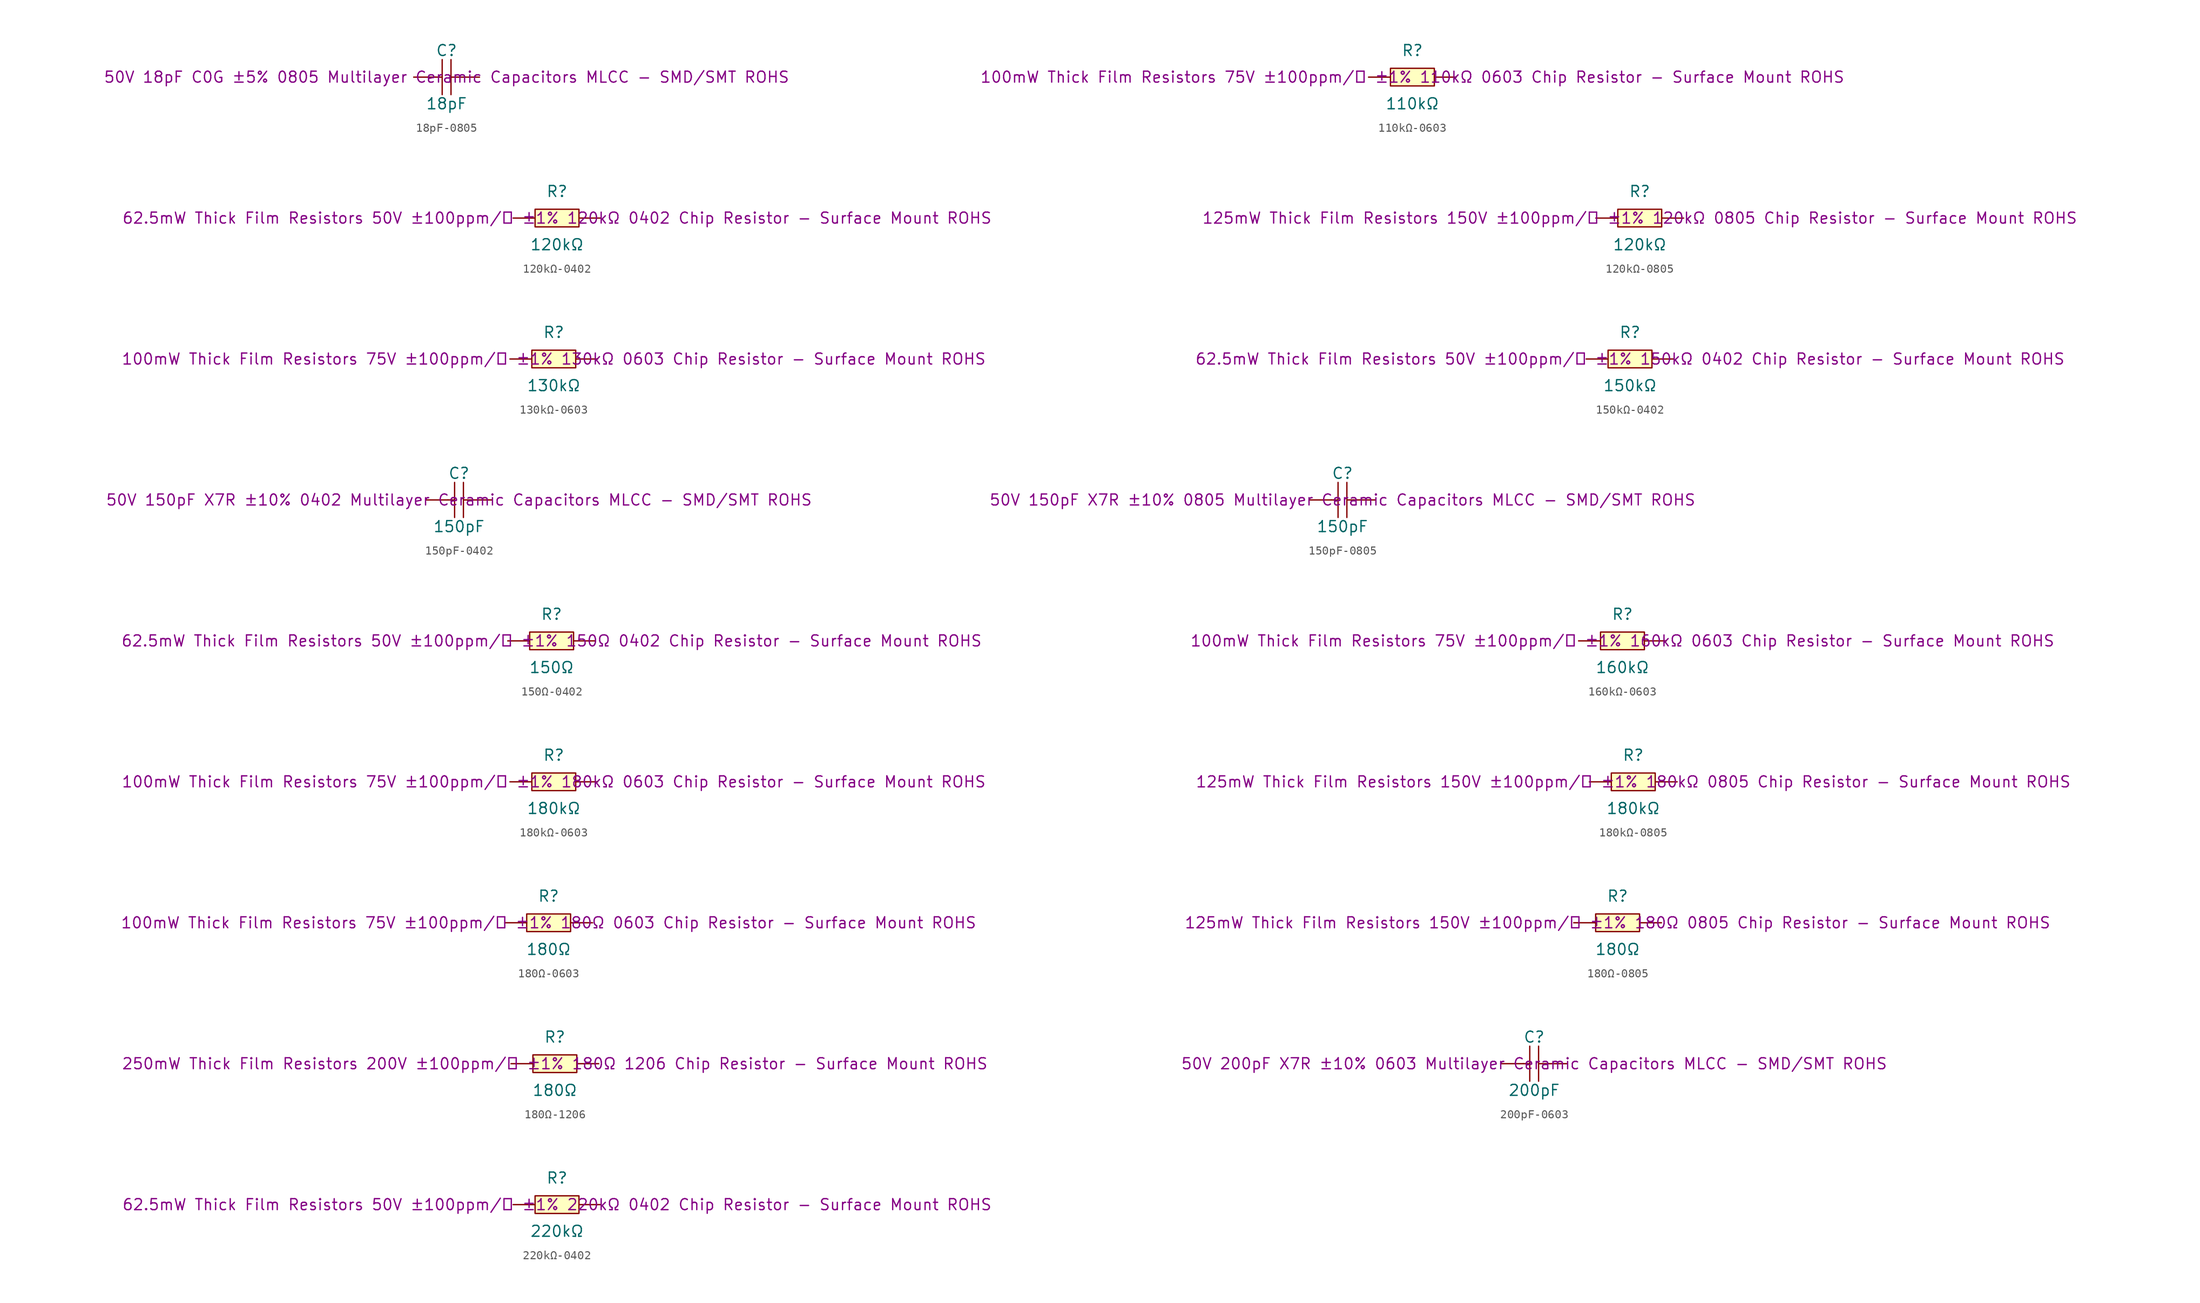
<source format=kicad_sym>
(kicad_symbol_lib
  (version 20241209)
  (generator "kicad_symbol_editor")
  (generator_version "9.0")
  (symbol "18pF-0805"
    (pin_numbers
      (hide yes))
    (pin_names
      (hide yes))
    (property "Reference" "C"
      (at 0 3.08 0)
      (effects (font (size 1.27 1.27))))
    (property "Value" "18pF"
      (at 0 -3.08 0)
      (effects (font (size 1.27 1.27))))
    (property "Description" "50V 18pF C0G ±5% 0805 Multilayer Ceramic Capacitors MLCC - SMD/SMT ROHS"
      (at 0 0 0)
      (effects (font (size 1.27 1.27))))
    (symbol "18pF-0805_0_1"
      (polyline (pts (xy -1.27 0) (xy -0.51 0)) (stroke (width 0) (type default)) (fill (type none)))
      (polyline (pts (xy -0.51 2.03) (xy -0.51 -2.03)) (stroke (width 0) (type default)) (fill (type none)))
      (polyline (pts (xy 0.51 2.03) (xy 0.51 -2.03)) (stroke (width 0) (type default)) (fill (type none)))
      (polyline (pts (xy 0.51 0) (xy 1.27 0)) (stroke (width 0) (type default)) (fill (type none)))
      (pin input line (at -3.81 0 0) (length 2.54) (name "1" (effects (font (size 1.27 1.27)))) (number "1" (effects (font (size 1.27 1.27)))))
      (pin input line (at 3.81 0 180) (length 2.54) (name "2" (effects (font (size 1.27 1.27)))) (number "2" (effects (font (size 1.27 1.27)))))))
  (symbol "110kΩ-0603"
    (pin_numbers
      (hide yes))
    (pin_names
      (hide yes))
    (property "Reference" "R"
      (at 0 3.08 0)
      (effects (font (size 1.27 1.27))))
    (property "Value" "110kΩ"
      (at 0 -3.08 0)
      (effects (font (size 1.27 1.27))))
    (property "Description" "100mW Thick Film Resistors 75V ±100ppm/℃ ±1% 110kΩ 0603 Chip Resistor - Surface Mount ROHS"
      (at 0 0 0)
      (effects (font (size 1.27 1.27))))
    (symbol "110kΩ-0603_0_1"
      (rectangle (start -2.54 1.02) (end 2.54 -1.02) (stroke (width 0) (type default)) (fill (type background)))
      (pin input line (at -5.08 0 0) (length 2.54) (name "1" (effects (font (size 1.27 1.27)))) (number "1" (effects (font (size 1.27 1.27)))))
      (pin input line (at 5.08 0 180) (length 2.54) (name "2" (effects (font (size 1.27 1.27)))) (number "2" (effects (font (size 1.27 1.27)))))))
  (symbol "120kΩ-0402"
    (pin_numbers
      (hide yes))
    (pin_names
      (hide yes))
    (property "Reference" "R"
      (at 0 3.08 0)
      (effects (font (size 1.27 1.27))))
    (property "Value" "120kΩ"
      (at 0 -3.08 0)
      (effects (font (size 1.27 1.27))))
    (property "Description" "62.5mW Thick Film Resistors 50V ±100ppm/℃ ±1% 120kΩ 0402 Chip Resistor - Surface Mount ROHS"
      (at 0 0 0)
      (effects (font (size 1.27 1.27))))
    (symbol "120kΩ-0402_0_1"
      (rectangle (start -2.54 1.02) (end 2.54 -1.02) (stroke (width 0) (type default)) (fill (type background)))
      (pin input line (at -5.08 0 0) (length 2.54) (name "1" (effects (font (size 1.27 1.27)))) (number "1" (effects (font (size 1.27 1.27)))))
      (pin input line (at 5.08 0 180) (length 2.54) (name "2" (effects (font (size 1.27 1.27)))) (number "2" (effects (font (size 1.27 1.27)))))))
  (symbol "120kΩ-0805"
    (pin_numbers
      (hide yes))
    (pin_names
      (hide yes))
    (property "Reference" "R"
      (at 0 3.08 0)
      (effects (font (size 1.27 1.27))))
    (property "Value" "120kΩ"
      (at 0 -3.08 0)
      (effects (font (size 1.27 1.27))))
    (property "Description" "125mW Thick Film Resistors 150V ±100ppm/℃ ±1% 120kΩ 0805 Chip Resistor - Surface Mount ROHS"
      (at 0 0 0)
      (effects (font (size 1.27 1.27))))
    (symbol "120kΩ-0805_0_1"
      (rectangle (start -2.54 1.02) (end 2.54 -1.02) (stroke (width 0) (type default)) (fill (type background)))
      (pin input line (at -5.08 0 0) (length 2.54) (name "1" (effects (font (size 1.27 1.27)))) (number "1" (effects (font (size 1.27 1.27)))))
      (pin input line (at 5.08 0 180) (length 2.54) (name "2" (effects (font (size 1.27 1.27)))) (number "2" (effects (font (size 1.27 1.27)))))))
  (symbol "130kΩ-0603"
    (pin_numbers
      (hide yes))
    (pin_names
      (hide yes))
    (property "Reference" "R"
      (at 0 3.08 0)
      (effects (font (size 1.27 1.27))))
    (property "Value" "130kΩ"
      (at 0 -3.08 0)
      (effects (font (size 1.27 1.27))))
    (property "Description" "100mW Thick Film Resistors 75V ±100ppm/℃ ±1% 130kΩ 0603 Chip Resistor - Surface Mount ROHS"
      (at 0 0 0)
      (effects (font (size 1.27 1.27))))
    (symbol "130kΩ-0603_0_1"
      (rectangle (start -2.54 1.02) (end 2.54 -1.02) (stroke (width 0) (type default)) (fill (type background)))
      (pin input line (at -5.08 0 0) (length 2.54) (name "1" (effects (font (size 1.27 1.27)))) (number "1" (effects (font (size 1.27 1.27)))))
      (pin input line (at 5.08 0 180) (length 2.54) (name "2" (effects (font (size 1.27 1.27)))) (number "2" (effects (font (size 1.27 1.27)))))))
  (symbol "150kΩ-0402"
    (pin_numbers
      (hide yes))
    (pin_names
      (hide yes))
    (property "Reference" "R"
      (at 0 3.08 0)
      (effects (font (size 1.27 1.27))))
    (property "Value" "150kΩ"
      (at 0 -3.08 0)
      (effects (font (size 1.27 1.27))))
    (property "Description" "62.5mW Thick Film Resistors 50V ±100ppm/℃ ±1% 150kΩ 0402 Chip Resistor - Surface Mount ROHS"
      (at 0 0 0)
      (effects (font (size 1.27 1.27))))
    (symbol "150kΩ-0402_0_1"
      (rectangle (start -2.54 1.02) (end 2.54 -1.02) (stroke (width 0) (type default)) (fill (type background)))
      (pin input line (at -5.08 0 0) (length 2.54) (name "1" (effects (font (size 1.27 1.27)))) (number "1" (effects (font (size 1.27 1.27)))))
      (pin input line (at 5.08 0 180) (length 2.54) (name "2" (effects (font (size 1.27 1.27)))) (number "2" (effects (font (size 1.27 1.27)))))))
  (symbol "150pF-0402"
    (pin_numbers
      (hide yes))
    (pin_names
      (hide yes))
    (property "Reference" "C"
      (at 0 3.08 0)
      (effects (font (size 1.27 1.27))))
    (property "Value" "150pF"
      (at 0 -3.08 0)
      (effects (font (size 1.27 1.27))))
    (property "Description" "50V 150pF X7R ±10% 0402 Multilayer Ceramic Capacitors MLCC - SMD/SMT ROHS"
      (at 0 0 0)
      (effects (font (size 1.27 1.27))))
    (symbol "150pF-0402_0_1"
      (polyline (pts (xy -1.27 0) (xy -0.51 0)) (stroke (width 0) (type default)) (fill (type none)))
      (polyline (pts (xy -0.51 2.03) (xy -0.51 -2.03)) (stroke (width 0) (type default)) (fill (type none)))
      (polyline (pts (xy 0.51 2.03) (xy 0.51 -2.03)) (stroke (width 0) (type default)) (fill (type none)))
      (polyline (pts (xy 0.51 0) (xy 1.27 0)) (stroke (width 0) (type default)) (fill (type none)))
      (pin input line (at -3.81 0 0) (length 2.54) (name "1" (effects (font (size 1.27 1.27)))) (number "1" (effects (font (size 1.27 1.27)))))
      (pin input line (at 3.81 0 180) (length 2.54) (name "2" (effects (font (size 1.27 1.27)))) (number "2" (effects (font (size 1.27 1.27)))))))
  (symbol "150pF-0805"
    (pin_numbers
      (hide yes))
    (pin_names
      (hide yes))
    (property "Reference" "C"
      (at 0 3.08 0)
      (effects (font (size 1.27 1.27))))
    (property "Value" "150pF"
      (at 0 -3.08 0)
      (effects (font (size 1.27 1.27))))
    (property "Description" "50V 150pF X7R ±10% 0805 Multilayer Ceramic Capacitors MLCC - SMD/SMT ROHS"
      (at 0 0 0)
      (effects (font (size 1.27 1.27))))
    (symbol "150pF-0805_0_1"
      (polyline (pts (xy -1.27 0) (xy -0.51 0)) (stroke (width 0) (type default)) (fill (type none)))
      (polyline (pts (xy -0.51 2.03) (xy -0.51 -2.03)) (stroke (width 0) (type default)) (fill (type none)))
      (polyline (pts (xy 0.51 2.03) (xy 0.51 -2.03)) (stroke (width 0) (type default)) (fill (type none)))
      (polyline (pts (xy 0.51 0) (xy 1.27 0)) (stroke (width 0) (type default)) (fill (type none)))
      (pin input line (at -3.81 0 0) (length 2.54) (name "1" (effects (font (size 1.27 1.27)))) (number "1" (effects (font (size 1.27 1.27)))))
      (pin input line (at 3.81 0 180) (length 2.54) (name "2" (effects (font (size 1.27 1.27)))) (number "2" (effects (font (size 1.27 1.27)))))))
  (symbol "150Ω-0402"
    (pin_numbers
      (hide yes))
    (pin_names
      (hide yes))
    (property "Reference" "R"
      (at 0 3.08 0)
      (effects (font (size 1.27 1.27))))
    (property "Value" "150Ω"
      (at 0 -3.08 0)
      (effects (font (size 1.27 1.27))))
    (property "Description" "62.5mW Thick Film Resistors 50V ±100ppm/℃ ±1% 150Ω 0402 Chip Resistor - Surface Mount ROHS"
      (at 0 0 0)
      (effects (font (size 1.27 1.27))))
    (symbol "150Ω-0402_0_1"
      (rectangle (start -2.54 1.02) (end 2.54 -1.02) (stroke (width 0) (type default)) (fill (type background)))
      (pin input line (at -5.08 0 0) (length 2.54) (name "1" (effects (font (size 1.27 1.27)))) (number "1" (effects (font (size 1.27 1.27)))))
      (pin input line (at 5.08 0 180) (length 2.54) (name "2" (effects (font (size 1.27 1.27)))) (number "2" (effects (font (size 1.27 1.27)))))))
  (symbol "160kΩ-0603"
    (pin_numbers
      (hide yes))
    (pin_names
      (hide yes))
    (property "Reference" "R"
      (at 0 3.08 0)
      (effects (font (size 1.27 1.27))))
    (property "Value" "160kΩ"
      (at 0 -3.08 0)
      (effects (font (size 1.27 1.27))))
    (property "Description" "100mW Thick Film Resistors 75V ±100ppm/℃ ±1% 160kΩ 0603 Chip Resistor - Surface Mount ROHS"
      (at 0 0 0)
      (effects (font (size 1.27 1.27))))
    (symbol "160kΩ-0603_0_1"
      (rectangle (start -2.54 1.02) (end 2.54 -1.02) (stroke (width 0) (type default)) (fill (type background)))
      (pin input line (at -5.08 0 0) (length 2.54) (name "1" (effects (font (size 1.27 1.27)))) (number "1" (effects (font (size 1.27 1.27)))))
      (pin input line (at 5.08 0 180) (length 2.54) (name "2" (effects (font (size 1.27 1.27)))) (number "2" (effects (font (size 1.27 1.27)))))))
  (symbol "180kΩ-0603"
    (pin_numbers
      (hide yes))
    (pin_names
      (hide yes))
    (property "Reference" "R"
      (at 0 3.08 0)
      (effects (font (size 1.27 1.27))))
    (property "Value" "180kΩ"
      (at 0 -3.08 0)
      (effects (font (size 1.27 1.27))))
    (property "Description" "100mW Thick Film Resistors 75V ±100ppm/℃ ±1% 180kΩ 0603 Chip Resistor - Surface Mount ROHS"
      (at 0 0 0)
      (effects (font (size 1.27 1.27))))
    (symbol "180kΩ-0603_0_1"
      (rectangle (start -2.54 1.02) (end 2.54 -1.02) (stroke (width 0) (type default)) (fill (type background)))
      (pin input line (at -5.08 0 0) (length 2.54) (name "1" (effects (font (size 1.27 1.27)))) (number "1" (effects (font (size 1.27 1.27)))))
      (pin input line (at 5.08 0 180) (length 2.54) (name "2" (effects (font (size 1.27 1.27)))) (number "2" (effects (font (size 1.27 1.27)))))))
  (symbol "180kΩ-0805"
    (pin_numbers
      (hide yes))
    (pin_names
      (hide yes))
    (property "Reference" "R"
      (at 0 3.08 0)
      (effects (font (size 1.27 1.27))))
    (property "Value" "180kΩ"
      (at 0 -3.08 0)
      (effects (font (size 1.27 1.27))))
    (property "Description" "125mW Thick Film Resistors 150V ±100ppm/℃ ±1% 180kΩ 0805 Chip Resistor - Surface Mount ROHS"
      (at 0 0 0)
      (effects (font (size 1.27 1.27))))
    (symbol "180kΩ-0805_0_1"
      (rectangle (start -2.54 1.02) (end 2.54 -1.02) (stroke (width 0) (type default)) (fill (type background)))
      (pin input line (at -5.08 0 0) (length 2.54) (name "1" (effects (font (size 1.27 1.27)))) (number "1" (effects (font (size 1.27 1.27)))))
      (pin input line (at 5.08 0 180) (length 2.54) (name "2" (effects (font (size 1.27 1.27)))) (number "2" (effects (font (size 1.27 1.27)))))))
  (symbol "180Ω-0603"
    (pin_numbers
      (hide yes))
    (pin_names
      (hide yes))
    (property "Reference" "R"
      (at 0 3.08 0)
      (effects (font (size 1.27 1.27))))
    (property "Value" "180Ω"
      (at 0 -3.08 0)
      (effects (font (size 1.27 1.27))))
    (property "Description" "100mW Thick Film Resistors 75V ±100ppm/℃ ±1% 180Ω 0603 Chip Resistor - Surface Mount ROHS"
      (at 0 0 0)
      (effects (font (size 1.27 1.27))))
    (symbol "180Ω-0603_0_1"
      (rectangle (start -2.54 1.02) (end 2.54 -1.02) (stroke (width 0) (type default)) (fill (type background)))
      (pin input line (at -5.08 0 0) (length 2.54) (name "1" (effects (font (size 1.27 1.27)))) (number "1" (effects (font (size 1.27 1.27)))))
      (pin input line (at 5.08 0 180) (length 2.54) (name "2" (effects (font (size 1.27 1.27)))) (number "2" (effects (font (size 1.27 1.27)))))))
  (symbol "180Ω-0805"
    (pin_numbers
      (hide yes))
    (pin_names
      (hide yes))
    (property "Reference" "R"
      (at 0 3.08 0)
      (effects (font (size 1.27 1.27))))
    (property "Value" "180Ω"
      (at 0 -3.08 0)
      (effects (font (size 1.27 1.27))))
    (property "Description" "125mW Thick Film Resistors 150V ±100ppm/℃ ±1% 180Ω 0805 Chip Resistor - Surface Mount ROHS"
      (at 0 0 0)
      (effects (font (size 1.27 1.27))))
    (symbol "180Ω-0805_0_1"
      (rectangle (start -2.54 1.02) (end 2.54 -1.02) (stroke (width 0) (type default)) (fill (type background)))
      (pin input line (at -5.08 0 0) (length 2.54) (name "1" (effects (font (size 1.27 1.27)))) (number "1" (effects (font (size 1.27 1.27)))))
      (pin input line (at 5.08 0 180) (length 2.54) (name "2" (effects (font (size 1.27 1.27)))) (number "2" (effects (font (size 1.27 1.27)))))))
  (symbol "180Ω-1206"
    (pin_numbers
      (hide yes))
    (pin_names
      (hide yes))
    (property "Reference" "R"
      (at 0 3.08 0)
      (effects (font (size 1.27 1.27))))
    (property "Value" "180Ω"
      (at 0 -3.08 0)
      (effects (font (size 1.27 1.27))))
    (property "Description" "250mW Thick Film Resistors 200V ±100ppm/℃ ±1% 180Ω 1206 Chip Resistor - Surface Mount ROHS"
      (at 0 0 0)
      (effects (font (size 1.27 1.27))))
    (symbol "180Ω-1206_0_1"
      (rectangle (start -2.54 1.02) (end 2.54 -1.02) (stroke (width 0) (type default)) (fill (type background)))
      (pin input line (at -5.08 0 0) (length 2.54) (name "1" (effects (font (size 1.27 1.27)))) (number "1" (effects (font (size 1.27 1.27)))))
      (pin input line (at 5.08 0 180) (length 2.54) (name "2" (effects (font (size 1.27 1.27)))) (number "2" (effects (font (size 1.27 1.27)))))))
  (symbol "200pF-0603"
    (pin_numbers
      (hide yes))
    (pin_names
      (hide yes))
    (property "Reference" "C"
      (at 0 3.08 0)
      (effects (font (size 1.27 1.27))))
    (property "Value" "200pF"
      (at 0 -3.08 0)
      (effects (font (size 1.27 1.27))))
    (property "Description" "50V 200pF X7R ±10% 0603 Multilayer Ceramic Capacitors MLCC - SMD/SMT ROHS"
      (at 0 0 0)
      (effects (font (size 1.27 1.27))))
    (symbol "200pF-0603_0_1"
      (polyline (pts (xy -1.27 0) (xy -0.51 0)) (stroke (width 0) (type default)) (fill (type none)))
      (polyline (pts (xy -0.51 2.03) (xy -0.51 -2.03)) (stroke (width 0) (type default)) (fill (type none)))
      (polyline (pts (xy 0.51 2.03) (xy 0.51 -2.03)) (stroke (width 0) (type default)) (fill (type none)))
      (polyline (pts (xy 0.51 0) (xy 1.27 0)) (stroke (width 0) (type default)) (fill (type none)))
      (pin input line (at -3.81 0 0) (length 2.54) (name "1" (effects (font (size 1.27 1.27)))) (number "1" (effects (font (size 1.27 1.27)))))
      (pin input line (at 3.81 0 180) (length 2.54) (name "2" (effects (font (size 1.27 1.27)))) (number "2" (effects (font (size 1.27 1.27)))))))
  (symbol "220kΩ-0402"
    (pin_numbers
      (hide yes))
    (pin_names
      (hide yes))
    (property "Reference" "R"
      (at 0 3.08 0)
      (effects (font (size 1.27 1.27))))
    (property "Value" "220kΩ"
      (at 0 -3.08 0)
      (effects (font (size 1.27 1.27))))
    (property "Description" "62.5mW Thick Film Resistors 50V ±100ppm/℃ ±1% 220kΩ 0402 Chip Resistor - Surface Mount ROHS"
      (at 0 0 0)
      (effects (font (size 1.27 1.27))))
    (symbol "220kΩ-0402_0_1"
      (rectangle (start -2.54 1.02) (end 2.54 -1.02) (stroke (width 0) (type default)) (fill (type background)))
      (pin input line (at -5.08 0 0) (length 2.54) (name "1" (effects (font (size 1.27 1.27)))) (number "1" (effects (font (size 1.27 1.27)))))
      (pin input line (at 5.08 0 180) (length 2.54) (name "2" (effects (font (size 1.27 1.27)))) (number "2" (effects (font (size 1.27 1.27))))))))
</source>
